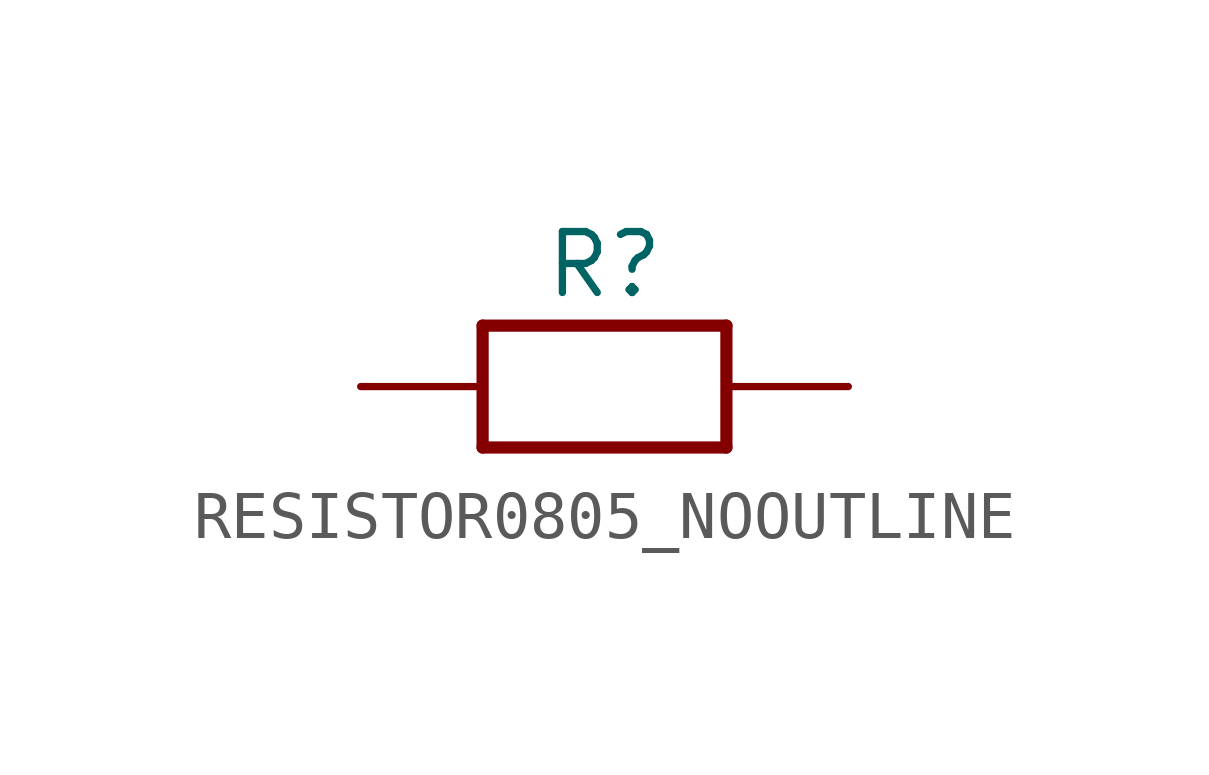
<source format=kicad_sym>
(kicad_symbol_lib
  (version 20241209)
  (generator "kicad_symbol_editor")
  (generator_version "9.0")
  (symbol "RESISTOR0805_NOOUTLINE"
    (property "Reference" "R"
      (at 0 2.54 0)
      (effects (font (size 1.27 1.27))))
    (property "Value" ""
      (at 0 0 0)
      (effects (font (size 1.016 1.016) (thickness 0.203) (bold yes))))
    (property "ki_locked" ""
      (at 0 0 0)
      (effects (font (size 1.27 1.27))))
    (symbol "RESISTOR0805_NOOUTLINE_1_0"
      (polyline (pts (xy -2.54 1.27) (xy 2.54 1.27)) (stroke (width 0.254) (type solid)) (fill (type none)))
      (polyline (pts (xy -2.54 -1.27) (xy -2.54 1.27)) (stroke (width 0.254) (type solid)) (fill (type none)))
      (polyline (pts (xy 2.54 1.27) (xy 2.54 -1.27)) (stroke (width 0.254) (type solid)) (fill (type none)))
      (polyline (pts (xy 2.54 -1.27) (xy -2.54 -1.27)) (stroke (width 0.254) (type solid)) (fill (type none)))
      (pin passive line (at -5.08 0 0) (length 2.54) (name "1" (effects (font (size 0 0)))) (number "1" (effects (font (size 0 0)))))
      (pin passive line (at 5.08 0 180) (length 2.54) (name "2" (effects (font (size 0 0)))) (number "2" (effects (font (size 0 0))))))))
</source>
